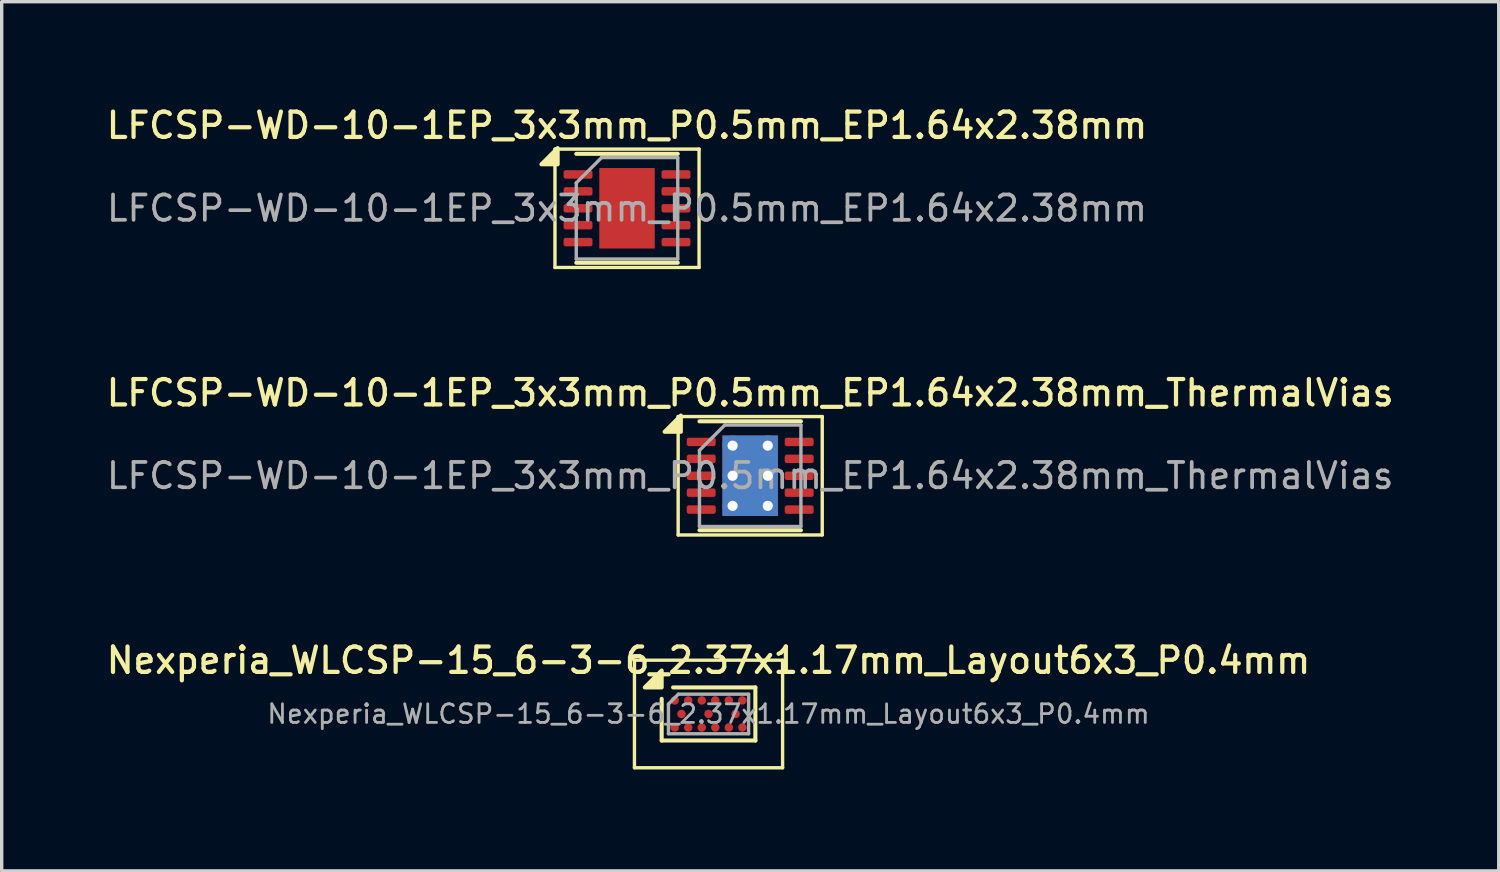
<source format=kicad_pcb>
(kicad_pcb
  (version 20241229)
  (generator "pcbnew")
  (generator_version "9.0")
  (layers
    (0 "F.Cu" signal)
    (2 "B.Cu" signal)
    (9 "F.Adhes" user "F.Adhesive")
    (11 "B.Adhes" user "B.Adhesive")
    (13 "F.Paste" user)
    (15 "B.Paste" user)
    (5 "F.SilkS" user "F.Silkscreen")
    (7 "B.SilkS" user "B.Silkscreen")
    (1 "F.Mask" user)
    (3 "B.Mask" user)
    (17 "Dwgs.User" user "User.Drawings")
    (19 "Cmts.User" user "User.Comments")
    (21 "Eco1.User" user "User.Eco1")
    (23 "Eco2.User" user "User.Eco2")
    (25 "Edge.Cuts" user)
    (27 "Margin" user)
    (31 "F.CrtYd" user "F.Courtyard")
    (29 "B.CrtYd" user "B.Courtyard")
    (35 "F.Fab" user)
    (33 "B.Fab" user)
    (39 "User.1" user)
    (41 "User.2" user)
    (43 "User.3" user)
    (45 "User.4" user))
  (footprint "LFCSP-WD-10-1EP_3x3mm_P0.5mm_EP1.64x2.38mm"
    (layer "F.Cu")
    (at 15.488 3.108)
    (property "Reference" "LFCSP-WD-10-1EP_3x3mm_P0.5mm_EP1.64x2.38mm" (at 0 -2.45 0) (layer "F.SilkS") (effects (font (size 0.75 0.75) (thickness 0.125))))
    (attr smd)
    (fp_line (start -2.13 -1.75) (end -2.13 1.75) (stroke (width 0.1) (type solid)) (layer "F.SilkS"))
    (fp_line (start -2.13 1.75) (end 2.13 1.75) (stroke (width 0.1) (type solid)) (layer "F.SilkS"))
    (fp_line (start -1.5 -1.61) (end 1.5 -1.61) (stroke (width 0.12) (type solid)) (layer "F.SilkS"))
    (fp_line (start -1.5 1.61) (end 1.5 1.61) (stroke (width 0.12) (type solid)) (layer "F.SilkS"))
    (fp_line (start 2.13 -1.75) (end -2.13 -1.75) (stroke (width 0.1) (type solid)) (layer "F.SilkS"))
    (fp_line (start 2.13 1.75) (end 2.13 -1.75) (stroke (width 0.1) (type solid)) (layer "F.SilkS"))
    (fp_poly (pts (xy -2.05 -1.3) (xy -2.53 -1.3) (xy -2.05 -1.78) (xy -2.05 -1.3)) (stroke (width 0.12) (type solid)) (fill yes) (layer "F.SilkS"))
    (fp_line (start -1.5 -0.75) (end -0.75 -1.5) (stroke (width 0.1) (type solid)) (layer "F.Fab"))
    (fp_line (start -1.5 1.5) (end -1.5 -0.75) (stroke (width 0.1) (type solid)) (layer "F.Fab"))
    (fp_line (start -0.75 -1.5) (end 1.5 -1.5) (stroke (width 0.1) (type solid)) (layer "F.Fab"))
    (fp_line (start 1.5 -1.5) (end 1.5 1.5) (stroke (width 0.1) (type solid)) (layer "F.Fab"))
    (fp_line (start 1.5 1.5) (end -1.5 1.5) (stroke (width 0.1) (type solid)) (layer "F.Fab"))
    (fp_text user "${REFERENCE}" (at 0 0 0) (layer "F.Fab") (effects (font (size 0.75 0.75) (thickness 0.11))))
    (pad "" smd roundrect (at -0.41 -0.79) (size 0.66 0.64) (layers "F.Paste") (roundrect_rratio 0.25))
    (pad "" smd roundrect (at -0.41 0) (size 0.66 0.64) (layers "F.Paste") (roundrect_rratio 0.25))
    (pad "" smd roundrect (at -0.41 0.79) (size 0.66 0.64) (layers "F.Paste") (roundrect_rratio 0.25))
    (pad "" smd roundrect (at 0.41 -0.79) (size 0.66 0.64) (layers "F.Paste") (roundrect_rratio 0.25))
    (pad "" smd roundrect (at 0.41 0) (size 0.66 0.64) (layers "F.Paste") (roundrect_rratio 0.25))
    (pad "" smd roundrect (at 0.41 0.79) (size 0.66 0.64) (layers "F.Paste") (roundrect_rratio 0.25))
    (pad "1" smd roundrect (at -1.448 -1) (size 0.855 0.25) (layers "F.Cu" "F.Mask" "F.Paste") (roundrect_rratio 0.25))
    (pad "2" smd roundrect (at -1.448 -0.5) (size 0.855 0.25) (layers "F.Cu" "F.Mask" "F.Paste") (roundrect_rratio 0.25))
    (pad "3" smd roundrect (at -1.448 0) (size 0.855 0.25) (layers "F.Cu" "F.Mask" "F.Paste") (roundrect_rratio 0.25))
    (pad "4" smd roundrect (at -1.448 0.5) (size 0.855 0.25) (layers "F.Cu" "F.Mask" "F.Paste") (roundrect_rratio 0.25))
    (pad "5" smd roundrect (at -1.448 1) (size 0.855 0.25) (layers "F.Cu" "F.Mask" "F.Paste") (roundrect_rratio 0.25))
    (pad "6" smd roundrect (at 1.448 1) (size 0.855 0.25) (layers "F.Cu" "F.Mask" "F.Paste") (roundrect_rratio 0.25))
    (pad "7" smd roundrect (at 1.448 0.5) (size 0.855 0.25) (layers "F.Cu" "F.Mask" "F.Paste") (roundrect_rratio 0.25))
    (pad "8" smd roundrect (at 1.448 0) (size 0.855 0.25) (layers "F.Cu" "F.Mask" "F.Paste") (roundrect_rratio 0.25))
    (pad "9" smd roundrect (at 1.448 -0.5) (size 0.855 0.25) (layers "F.Cu" "F.Mask" "F.Paste") (roundrect_rratio 0.25))
    (pad "10" smd roundrect (at 1.448 -1) (size 0.855 0.25) (layers "F.Cu" "F.Mask" "F.Paste") (roundrect_rratio 0.25))
    (pad "11" smd rect (at 0 0) (size 1.64 2.38) (property pad_prop_heatsink) (layers "F.Cu" "F.Mask")))
  (footprint "LFCSP-WD-10-1EP_3x3mm_P0.5mm_EP1.64x2.38mm_ThermalVias"
    (layer "F.Cu")
    (at 19.13 11.016)
    (property "Reference" "LFCSP-WD-10-1EP_3x3mm_P0.5mm_EP1.64x2.38mm_ThermalVias" (at 0 -2.45 0) (layer "F.SilkS") (effects (font (size 0.75 0.75) (thickness 0.125))))
    (attr smd)
    (fp_line (start -2.13 -1.75) (end -2.13 1.75) (stroke (width 0.1) (type solid)) (layer "F.SilkS"))
    (fp_line (start -2.13 1.75) (end 2.13 1.75) (stroke (width 0.1) (type solid)) (layer "F.SilkS"))
    (fp_line (start -1.5 -1.61) (end 1.5 -1.61) (stroke (width 0.12) (type solid)) (layer "F.SilkS"))
    (fp_line (start -1.5 1.61) (end 1.5 1.61) (stroke (width 0.12) (type solid)) (layer "F.SilkS"))
    (fp_line (start 2.13 -1.75) (end -2.13 -1.75) (stroke (width 0.1) (type solid)) (layer "F.SilkS"))
    (fp_line (start 2.13 1.75) (end 2.13 -1.75) (stroke (width 0.1) (type solid)) (layer "F.SilkS"))
    (fp_poly (pts (xy -2.05 -1.3) (xy -2.53 -1.3) (xy -2.05 -1.78) (xy -2.05 -1.3)) (stroke (width 0.12) (type solid)) (fill yes) (layer "F.SilkS"))
    (fp_line (start -1.5 -0.75) (end -0.75 -1.5) (stroke (width 0.1) (type solid)) (layer "F.Fab"))
    (fp_line (start -1.5 1.5) (end -1.5 -0.75) (stroke (width 0.1) (type solid)) (layer "F.Fab"))
    (fp_line (start -0.75 -1.5) (end 1.5 -1.5) (stroke (width 0.1) (type solid)) (layer "F.Fab"))
    (fp_line (start 1.5 -1.5) (end 1.5 1.5) (stroke (width 0.1) (type solid)) (layer "F.Fab"))
    (fp_line (start 1.5 1.5) (end -1.5 1.5) (stroke (width 0.1) (type solid)) (layer "F.Fab"))
    (fp_text user "${REFERENCE}" (at 0 0 0) (layer "F.Fab") (effects (font (size 0.75 0.75) (thickness 0.11))))
    (pad "" smd roundrect (at -0.41 -0.79) (size 0.71 0.69) (layers "F.Paste") (roundrect_rratio 0.25))
    (pad "" smd roundrect (at -0.41 0) (size 0.71 0.69) (layers "F.Paste") (roundrect_rratio 0.25))
    (pad "" smd roundrect (at -0.41 0.79) (size 0.71 0.69) (layers "F.Paste") (roundrect_rratio 0.25))
    (pad "" smd roundrect (at 0.41 -0.79) (size 0.71 0.69) (layers "F.Paste") (roundrect_rratio 0.25))
    (pad "" smd roundrect (at 0.41 0) (size 0.71 0.69) (layers "F.Paste") (roundrect_rratio 0.25))
    (pad "" smd roundrect (at 0.41 0.79) (size 0.71 0.69) (layers "F.Paste") (roundrect_rratio 0.25))
    (pad "1" smd roundrect (at -1.448 -1) (size 0.855 0.25) (layers "F.Cu" "F.Mask" "F.Paste") (roundrect_rratio 0.25))
    (pad "2" smd roundrect (at -1.448 -0.5) (size 0.855 0.25) (layers "F.Cu" "F.Mask" "F.Paste") (roundrect_rratio 0.25))
    (pad "3" smd roundrect (at -1.448 0) (size 0.855 0.25) (layers "F.Cu" "F.Mask" "F.Paste") (roundrect_rratio 0.25))
    (pad "4" smd roundrect (at -1.448 0.5) (size 0.855 0.25) (layers "F.Cu" "F.Mask" "F.Paste") (roundrect_rratio 0.25))
    (pad "5" smd roundrect (at -1.448 1) (size 0.855 0.25) (layers "F.Cu" "F.Mask" "F.Paste") (roundrect_rratio 0.25))
    (pad "6" smd roundrect (at 1.448 1) (size 0.855 0.25) (layers "F.Cu" "F.Mask" "F.Paste") (roundrect_rratio 0.25))
    (pad "7" smd roundrect (at 1.448 0.5) (size 0.855 0.25) (layers "F.Cu" "F.Mask" "F.Paste") (roundrect_rratio 0.25))
    (pad "8" smd roundrect (at 1.448 0) (size 0.855 0.25) (layers "F.Cu" "F.Mask" "F.Paste") (roundrect_rratio 0.25))
    (pad "9" smd roundrect (at 1.448 -0.5) (size 0.855 0.25) (layers "F.Cu" "F.Mask" "F.Paste") (roundrect_rratio 0.25))
    (pad "10" smd roundrect (at 1.448 -1) (size 0.855 0.25) (layers "F.Cu" "F.Mask" "F.Paste") (roundrect_rratio 0.25))
    (pad "11" thru_hole circle (at -0.52 -0.89) (size 0.6 0.6) (drill 0.3) (property pad_prop_heatsink) (layers "*.Cu"))
    (pad "11" thru_hole circle (at -0.52 0) (size 0.6 0.6) (drill 0.3) (property pad_prop_heatsink) (layers "*.Cu"))
    (pad "11" thru_hole circle (at -0.52 0.89) (size 0.6 0.6) (drill 0.3) (property pad_prop_heatsink) (layers "*.Cu"))
    (pad "11" smd rect (at 0 0) (size 1.64 2.38) (property pad_prop_heatsink) (layers "F.Cu" "F.Mask"))
    (pad "11" smd rect (at 0 0) (size 1.64 2.38) (property pad_prop_heatsink) (layers "B.Cu"))
    (pad "11" thru_hole circle (at 0.52 -0.89) (size 0.6 0.6) (drill 0.3) (property pad_prop_heatsink) (layers "*.Cu"))
    (pad "11" thru_hole circle (at 0.52 0) (size 0.6 0.6) (drill 0.3) (property pad_prop_heatsink) (layers "*.Cu"))
    (pad "11" thru_hole circle (at 0.52 0.89) (size 0.6 0.6) (drill 0.3) (property pad_prop_heatsink) (layers "*.Cu")))
  (footprint "Nexperia_WLCSP-15_6-3-6_2.37x1.17mm_Layout6x3_P0.4mm"
    (layer "F.Cu")
    (at 17.898 18.059)
    (property "Reference" "Nexperia_WLCSP-15_6-3-6_2.37x1.17mm_Layout6x3_P0.4mm" (at 0 -1.585 0) (layer "F.SilkS") (effects (font (size 0.75 0.75) (thickness 0.125))))
    (attr smd)
    (fp_line (start -2.19 -1.59) (end -2.19 1.59) (stroke (width 0.1) (type solid)) (layer "F.SilkS"))
    (fp_line (start -2.19 1.59) (end 2.19 1.59) (stroke (width 0.1) (type solid)) (layer "F.SilkS"))
    (fp_line (start -1.385 0.785) (end -1.385 -0.448) (stroke (width 0.12) (type solid)) (layer "F.SilkS"))
    (fp_line (start -1.048 -0.785) (end 1.385 -0.785) (stroke (width 0.12) (type solid)) (layer "F.SilkS"))
    (fp_line (start 1.385 -0.785) (end 1.385 0.785) (stroke (width 0.12) (type solid)) (layer "F.SilkS"))
    (fp_line (start 1.385 0.785) (end -1.385 0.785) (stroke (width 0.12) (type solid)) (layer "F.SilkS"))
    (fp_line (start 2.19 -1.59) (end -2.19 -1.59) (stroke (width 0.1) (type solid)) (layer "F.SilkS"))
    (fp_line (start 2.19 1.59) (end 2.19 -1.59) (stroke (width 0.1) (type solid)) (layer "F.SilkS"))
    (fp_poly (pts (xy -1.385 -0.785) (xy -1.885 -0.785) (xy -1.385 -1.285) (xy -1.385 -0.785)) (stroke (width 0.12) (type solid)) (fill yes) (layer "F.SilkS"))
    (fp_line (start -1.185 -0.292) (end -0.892 -0.585) (stroke (width 0.1) (type solid)) (layer "F.Fab"))
    (fp_line (start -1.185 0.585) (end -1.185 -0.292) (stroke (width 0.1) (type solid)) (layer "F.Fab"))
    (fp_line (start -0.892 -0.585) (end 1.185 -0.585) (stroke (width 0.1) (type solid)) (layer "F.Fab"))
    (fp_line (start 1.185 -0.585) (end 1.185 0.585) (stroke (width 0.1) (type solid)) (layer "F.Fab"))
    (fp_line (start 1.185 0.585) (end -1.185 0.585) (stroke (width 0.1) (type solid)) (layer "F.Fab"))
    (fp_text user "${REFERENCE}" (at 0 0 0) (layer "F.Fab") (effects (font (size 0.55 0.55) (thickness 0.083))))
    (pad "A1" smd circle (at -1 -0.4) (size 0.25 0.25) (property pad_prop_bga) (layers "F.Cu" "F.Mask" "F.Paste"))
    (pad "A2" smd circle (at -0.6 -0.4) (size 0.25 0.25) (property pad_prop_bga) (layers "F.Cu" "F.Mask" "F.Paste"))
    (pad "A3" smd circle (at -0.2 -0.4) (size 0.25 0.25) (property pad_prop_bga) (layers "F.Cu" "F.Mask" "F.Paste"))
    (pad "A4" smd circle (at 0.2 -0.4) (size 0.25 0.25) (property pad_prop_bga) (layers "F.Cu" "F.Mask" "F.Paste"))
    (pad "A5" smd circle (at 0.6 -0.4) (size 0.25 0.25) (property pad_prop_bga) (layers "F.Cu" "F.Mask" "F.Paste"))
    (pad "A6" smd circle (at 1 -0.4) (size 0.25 0.25) (property pad_prop_bga) (layers "F.Cu" "F.Mask" "F.Paste"))
    (pad "B1" smd circle (at -0.8 0) (size 0.25 0.25) (property pad_prop_bga) (layers "F.Cu" "F.Mask" "F.Paste"))
    (pad "B2" smd circle (at 0 0) (size 0.25 0.25) (property pad_prop_bga) (layers "F.Cu" "F.Mask" "F.Paste"))
    (pad "B3" smd circle (at 0.8 0) (size 0.25 0.25) (property pad_prop_bga) (layers "F.Cu" "F.Mask" "F.Paste"))
    (pad "C1" smd circle (at -1 0.4) (size 0.25 0.25) (property pad_prop_bga) (layers "F.Cu" "F.Mask" "F.Paste"))
    (pad "C2" smd circle (at -0.6 0.4) (size 0.25 0.25) (property pad_prop_bga) (layers "F.Cu" "F.Mask" "F.Paste"))
    (pad "C3" smd circle (at -0.2 0.4) (size 0.25 0.25) (property pad_prop_bga) (layers "F.Cu" "F.Mask" "F.Paste"))
    (pad "C4" smd circle (at 0.2 0.4) (size 0.25 0.25) (property pad_prop_bga) (layers "F.Cu" "F.Mask" "F.Paste"))
    (pad "C5" smd circle (at 0.6 0.4) (size 0.25 0.25) (property pad_prop_bga) (layers "F.Cu" "F.Mask" "F.Paste"))
    (pad "C6" smd circle (at 1 0.4) (size 0.25 0.25) (property pad_prop_bga) (layers "F.Cu" "F.Mask" "F.Paste")))
  (gr_rect
    (start -3 -3)
    (end 41.261 22.699)
    (stroke (width 0.1) (type default))
    (fill no)
    (layer "Edge.Cuts")))
</source>
